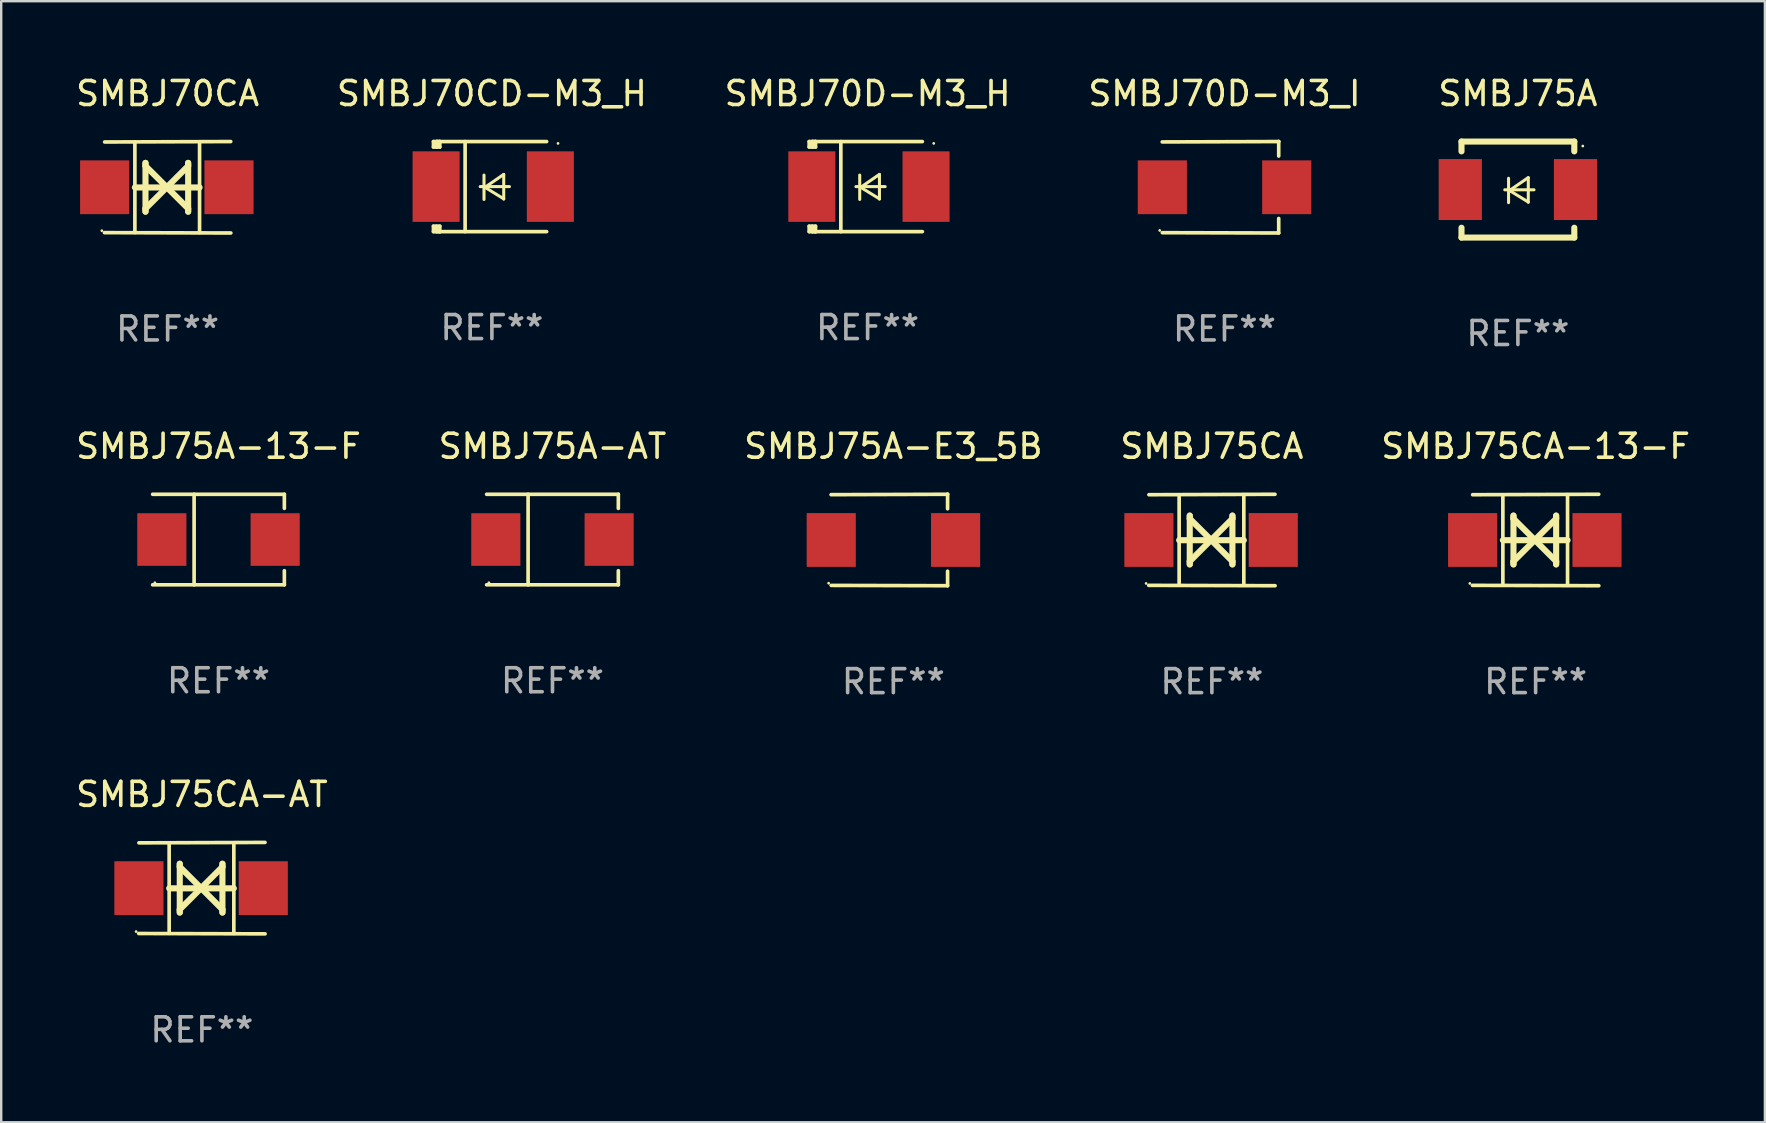
<source format=kicad_pcb>
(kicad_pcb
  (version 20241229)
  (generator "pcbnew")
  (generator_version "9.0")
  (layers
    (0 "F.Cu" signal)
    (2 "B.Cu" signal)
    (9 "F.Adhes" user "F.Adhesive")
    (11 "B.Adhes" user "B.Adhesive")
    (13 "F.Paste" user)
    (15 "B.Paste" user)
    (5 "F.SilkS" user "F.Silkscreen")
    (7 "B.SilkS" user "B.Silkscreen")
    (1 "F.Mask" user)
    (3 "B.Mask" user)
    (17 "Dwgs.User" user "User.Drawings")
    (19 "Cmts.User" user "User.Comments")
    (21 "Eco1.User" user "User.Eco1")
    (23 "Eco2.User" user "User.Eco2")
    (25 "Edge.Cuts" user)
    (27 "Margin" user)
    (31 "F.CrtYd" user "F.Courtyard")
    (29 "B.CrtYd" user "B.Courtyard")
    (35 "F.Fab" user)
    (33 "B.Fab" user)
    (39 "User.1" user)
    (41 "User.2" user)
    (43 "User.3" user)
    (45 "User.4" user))
  (footprint "SMBJ75A-AT"
    (layer "F.Cu")
    (at 19.97 19.431)
    (property "Reference" "SMBJ75A-AT" (at 0 -3.886 0) (layer "F.SilkS") (effects (font (size 1 1) (thickness 0.15))))
    (attr through_hole)
    (fp_line (start -2.744 -1.886) (end 2.744 -1.886) (stroke (width 0.152) (type solid)) (layer "F.SilkS"))
    (fp_line (start -2.744 1.886) (end 2.744 1.886) (stroke (width 0.152) (type solid)) (layer "F.SilkS"))
    (fp_line (start -1.016 -1.886) (end -1.016 1.886) (stroke (width 0.152) (type solid)) (layer "F.SilkS"))
    (fp_line (start 2.744 -1.886) (end 2.744 -1.299) (stroke (width 0.152) (type solid)) (layer "F.SilkS"))
    (fp_line (start 2.744 1.886) (end 2.744 1.299) (stroke (width 0.152) (type solid)) (layer "F.SilkS"))
    (fp_circle (center -2.65 1.8) (end -2.62 1.8) (stroke (width 0.06) (type solid)) (fill no) (layer "F.SilkS"))
    (fp_text user "REF**" (at 0 5.886 0) (layer "F.Fab") (effects (font (size 1 1) (thickness 0.15))))
    (pad "1" smd rect (at -2.361 0) (size 2.047 2.192) (layers "F.Cu" "F.Mask" "F.Paste"))
    (pad "2" smd rect (at 2.361 0) (size 2.047 2.192) (layers "F.Cu" "F.Mask" "F.Paste")))
  (footprint "SMBJ70D-M3_I"
    (layer "F.Cu")
    (at 47.97 4.753)
    (property "Reference" "SMBJ70D-M3_I" (at 0 -3.905 0) (layer "F.SilkS") (effects (font (size 1 1) (thickness 0.15))))
    (attr through_hole)
    (fp_line (start 2.256 -1.905) (end -2.594 -1.889) (stroke (width 0.152) (type solid)) (layer "F.SilkS"))
    (fp_line (start 2.256 -1.905) (end 2.26 -1.905) (stroke (width 0.152) (type solid)) (layer "F.SilkS"))
    (fp_line (start 2.26 -1.905) (end 2.26 -1.301) (stroke (width 0.152) (type solid)) (layer "F.SilkS"))
    (fp_line (start 2.26 1.301) (end 2.26 1.905) (stroke (width 0.152) (type solid)) (layer "F.SilkS"))
    (fp_line (start 2.26 1.905) (end -2.59 1.892) (stroke (width 0.152) (type solid)) (layer "F.SilkS"))
    (fp_circle (center -2.697 1.8) (end -2.667 1.8) (stroke (width 0.06) (type solid)) (fill no) (layer "F.SilkS"))
    (fp_text user "REF**" (at 0 5.905 0) (layer "F.Fab") (effects (font (size 1 1) (thickness 0.15))))
    (pad "1" smd rect (at -2.588 0) (size 2.047 2.241) (layers "F.Cu" "F.Mask" "F.Paste"))
    (pad "2" smd rect (at 2.594 0) (size 2.047 2.241) (layers "F.Cu" "F.Mask" "F.Paste")))
  (footprint "SMBJ75A-E3_5B"
    (layer "F.Cu")
    (at 34.173 19.45)
    (property "Reference" "SMBJ75A-E3_5B" (at 0 -3.905 0) (layer "F.SilkS") (effects (font (size 1 1) (thickness 0.15))))
    (attr through_hole)
    (fp_line (start 2.256 -1.905) (end -2.594 -1.889) (stroke (width 0.152) (type solid)) (layer "F.SilkS"))
    (fp_line (start 2.256 -1.905) (end 2.26 -1.905) (stroke (width 0.152) (type solid)) (layer "F.SilkS"))
    (fp_line (start 2.26 -1.905) (end 2.26 -1.301) (stroke (width 0.152) (type solid)) (layer "F.SilkS"))
    (fp_line (start 2.26 1.301) (end 2.26 1.905) (stroke (width 0.152) (type solid)) (layer "F.SilkS"))
    (fp_line (start 2.26 1.905) (end -2.59 1.892) (stroke (width 0.152) (type solid)) (layer "F.SilkS"))
    (fp_circle (center -2.697 1.8) (end -2.667 1.8) (stroke (width 0.06) (type solid)) (fill no) (layer "F.SilkS"))
    (fp_text user "REF**" (at 0 5.905 0) (layer "F.Fab") (effects (font (size 1 1) (thickness 0.15))))
    (pad "1" smd rect (at -2.588 0) (size 2.047 2.241) (layers "F.Cu" "F.Mask" "F.Paste"))
    (pad "2" smd rect (at 2.594 0) (size 2.047 2.241) (layers "F.Cu" "F.Mask" "F.Paste")))
  (footprint "SMBJ75A-13-F"
    (layer "F.Cu")
    (at 6.054 19.431)
    (property "Reference" "SMBJ75A-13-F" (at 0 -3.886 0) (layer "F.SilkS") (effects (font (size 1 1) (thickness 0.15))))
    (attr through_hole)
    (fp_line (start -2.744 -1.886) (end 2.744 -1.886) (stroke (width 0.152) (type solid)) (layer "F.SilkS"))
    (fp_line (start -2.744 1.886) (end 2.744 1.886) (stroke (width 0.152) (type solid)) (layer "F.SilkS"))
    (fp_line (start -1.016 -1.886) (end -1.016 1.886) (stroke (width 0.152) (type solid)) (layer "F.SilkS"))
    (fp_line (start 2.744 -1.886) (end 2.744 -1.299) (stroke (width 0.152) (type solid)) (layer "F.SilkS"))
    (fp_line (start 2.744 1.886) (end 2.744 1.299) (stroke (width 0.152) (type solid)) (layer "F.SilkS"))
    (fp_circle (center -2.65 1.8) (end -2.62 1.8) (stroke (width 0.06) (type solid)) (fill no) (layer "F.SilkS"))
    (fp_text user "REF**" (at 0 5.886 0) (layer "F.Fab") (effects (font (size 1 1) (thickness 0.15))))
    (pad "1" smd rect (at -2.361 0) (size 2.047 2.192) (layers "F.Cu" "F.Mask" "F.Paste"))
    (pad "2" smd rect (at 2.361 0) (size 2.047 2.192) (layers "F.Cu" "F.Mask" "F.Paste")))
  (footprint "SMBJ70D-M3_H"
    (layer "F.Cu")
    (at 33.101 4.725)
    (property "Reference" "SMBJ70D-M3_H" (at 0 -3.876 0) (layer "F.SilkS") (effects (font (size 1 1) (thickness 0.15))))
    (attr through_hole)
    (fp_line (start -2.435 1.65) (end -2.171 1.65) (stroke (width 0.152) (type solid)) (layer "F.SilkS"))
    (fp_line (start -2.435 1.876) (end -2.435 1.65) (stroke (width 0.152) (type solid)) (layer "F.SilkS"))
    (fp_line (start -2.435 -1.876) (end -2.171 -1.876) (stroke (width 0.152) (type solid)) (layer "F.SilkS"))
    (fp_line (start -2.435 -1.65) (end -2.435 -1.876) (stroke (width 0.152) (type solid)) (layer "F.SilkS"))
    (fp_line (start -2.305 -1.866) (end -2.295 -1.876) (stroke (width 0.152) (type solid)) (layer "F.SilkS"))
    (fp_line (start -2.305 -1.65) (end -2.305 -1.866) (stroke (width 0.152) (type solid)) (layer "F.SilkS"))
    (fp_line (start -2.305 1.876) (end -2.305 1.65) (stroke (width 0.152) (type solid)) (layer "F.SilkS"))
    (fp_line (start -2.295 -1.876) (end -2.295 -1.65) (stroke (width 0.152) (type solid)) (layer "F.SilkS"))
    (fp_line (start -2.171 1.876) (end -2.435 1.876) (stroke (width 0.152) (type solid)) (layer "F.SilkS"))
    (fp_line (start -2.171 -1.65) (end -2.435 -1.65) (stroke (width 0.152) (type solid)) (layer "F.SilkS"))
    (fp_line (start -2.171 -1.876) (end -2.295 -1.876) (stroke (width 0.152) (type solid)) (layer "F.SilkS"))
    (fp_line (start -2.171 -1.65) (end -2.171 -1.876) (stroke (width 0.152) (type solid)) (layer "F.SilkS"))
    (fp_line (start -2.171 1.876) (end -2.305 1.876) (stroke (width 0.152) (type solid)) (layer "F.SilkS"))
    (fp_line (start -2.171 1.876) (end -2.171 1.65) (stroke (width 0.152) (type solid)) (layer "F.SilkS"))
    (fp_line (start -1.116 1.876) (end -1.116 -1.876) (stroke (width 0.152) (type solid)) (layer "F.SilkS"))
    (fp_line (start -0.488 0.000102) (end 0.731 0.000102) (stroke (width 0.127) (type solid)) (layer "F.SilkS"))
    (fp_line (start -0.329 -0.48) (end -0.329 0.536) (stroke (width 0.127) (type solid)) (layer "F.SilkS"))
    (fp_line (start -0.29 0.03) (end 0.493 0.51) (stroke (width 0.127) (type solid)) (layer "F.SilkS"))
    (fp_line (start 0.493 -0.51) (end -0.29 0.03) (stroke (width 0.127) (type solid)) (layer "F.SilkS"))
    (fp_line (start 0.493 0.52) (end 0.493 -0.496) (stroke (width 0.127) (type solid)) (layer "F.SilkS"))
    (fp_line (start 2.281 -1.876) (end -2.171 -1.876) (stroke (width 0.152) (type solid)) (layer "F.SilkS"))
    (fp_line (start 2.281 1.876) (end -2.171 1.876) (stroke (width 0.152) (type solid)) (layer "F.SilkS"))
    (fp_circle (center 2.755 -1.8) (end 2.785 -1.8) (stroke (width 0.06) (type solid)) (fill no) (layer "F.SilkS"))
    (fp_text user "REF**" (at 0 5.876 0) (layer "F.Fab") (effects (font (size 1 1) (thickness 0.15))))
    (pad "1" smd rect (at 2.435 -0.000025 180) (size 1.96 2.94) (layers "F.Cu" "F.Mask" "F.Paste"))
    (pad "2" smd rect (at -2.325 -0.000025 180) (size 1.96 2.94) (layers "F.Cu" "F.Mask" "F.Paste")))
  (footprint "SMBJ75CA-13-F"
    (layer "F.Cu")
    (at 60.935 19.45)
    (property "Reference" "SMBJ75CA-13-F" (at 0 -3.905 0) (layer "F.SilkS") (effects (font (size 1 1) (thickness 0.15))))
    (attr through_hole)
    (fp_line (start -1.365 1.886) (end -1.365 -1.886) (stroke (width 0.152) (type solid)) (layer "F.SilkS"))
    (fp_line (start -1.365 0.008) (end 1.33 0.008) (stroke (width 0.254) (type solid)) (layer "F.SilkS"))
    (fp_line (start -0.923 -1.016) (end -0.923 1.016) (stroke (width 0.254) (type solid)) (layer "F.SilkS"))
    (fp_line (start -0.923 -0.889) (end -0.923 -1.016) (stroke (width 0.254) (type solid)) (layer "F.SilkS"))
    (fp_line (start -0.923 0.889) (end -0.034 0) (stroke (width 0.254) (type solid)) (layer "F.SilkS"))
    (fp_line (start -0.923 1.016) (end -0.923 0.889) (stroke (width 0.254) (type solid)) (layer "F.SilkS"))
    (fp_line (start -0.034 0) (end -0.923 -0.889) (stroke (width 0.254) (type solid)) (layer "F.SilkS"))
    (fp_line (start -0.034 0) (end 0.855 0.889) (stroke (width 0.254) (type solid)) (layer "F.SilkS"))
    (fp_line (start 0.855 -1.016) (end 0.855 -0.889) (stroke (width 0.254) (type solid)) (layer "F.SilkS"))
    (fp_line (start 0.855 -0.889) (end -0.034 0) (stroke (width 0.254) (type solid)) (layer "F.SilkS"))
    (fp_line (start 0.855 0.889) (end 0.855 1.016) (stroke (width 0.254) (type solid)) (layer "F.SilkS"))
    (fp_line (start 0.855 1.016) (end 0.855 -1.016) (stroke (width 0.254) (type solid)) (layer "F.SilkS"))
    (fp_line (start 1.33 1.886) (end 1.33 -1.886) (stroke (width 0.152) (type solid)) (layer "F.SilkS"))
    (fp_line (start 2.629 -1.905) (end -2.625 -1.887) (stroke (width 0.152) (type solid)) (layer "F.SilkS"))
    (fp_line (start 2.633 1.905) (end -2.633 1.89) (stroke (width 0.152) (type solid)) (layer "F.SilkS"))
    (fp_circle (center -2.741 1.81) (end -2.711 1.81) (stroke (width 0.06) (type solid)) (fill no) (layer "F.SilkS"))
    (fp_text user "REF**" (at 0 5.905 0) (layer "F.Fab") (effects (font (size 1 1) (thickness 0.15))))
    (pad "1" smd rect (at -2.625 0) (size 2.047 2.241) (layers "F.Cu" "F.Mask" "F.Paste"))
    (pad "2" smd rect (at 2.557 0) (size 2.047 2.241) (layers "F.Cu" "F.Mask" "F.Paste")))
  (footprint "SMBJ70CA"
    (layer "F.Cu")
    (at 3.935 4.753)
    (property "Reference" "SMBJ70CA" (at 0 -3.905 0) (layer "F.SilkS") (effects (font (size 1 1) (thickness 0.15))))
    (attr through_hole)
    (fp_line (start -1.365 1.886) (end -1.365 -1.886) (stroke (width 0.152) (type solid)) (layer "F.SilkS"))
    (fp_line (start -1.365 0.008) (end 1.33 0.008) (stroke (width 0.254) (type solid)) (layer "F.SilkS"))
    (fp_line (start -0.923 -1.016) (end -0.923 1.016) (stroke (width 0.254) (type solid)) (layer "F.SilkS"))
    (fp_line (start -0.923 -0.889) (end -0.923 -1.016) (stroke (width 0.254) (type solid)) (layer "F.SilkS"))
    (fp_line (start -0.923 0.889) (end -0.034 0) (stroke (width 0.254) (type solid)) (layer "F.SilkS"))
    (fp_line (start -0.923 1.016) (end -0.923 0.889) (stroke (width 0.254) (type solid)) (layer "F.SilkS"))
    (fp_line (start -0.034 0) (end -0.923 -0.889) (stroke (width 0.254) (type solid)) (layer "F.SilkS"))
    (fp_line (start -0.034 0) (end 0.855 0.889) (stroke (width 0.254) (type solid)) (layer "F.SilkS"))
    (fp_line (start 0.855 -1.016) (end 0.855 -0.889) (stroke (width 0.254) (type solid)) (layer "F.SilkS"))
    (fp_line (start 0.855 -0.889) (end -0.034 0) (stroke (width 0.254) (type solid)) (layer "F.SilkS"))
    (fp_line (start 0.855 0.889) (end 0.855 1.016) (stroke (width 0.254) (type solid)) (layer "F.SilkS"))
    (fp_line (start 0.855 1.016) (end 0.855 -1.016) (stroke (width 0.254) (type solid)) (layer "F.SilkS"))
    (fp_line (start 1.33 1.886) (end 1.33 -1.886) (stroke (width 0.152) (type solid)) (layer "F.SilkS"))
    (fp_line (start 2.629 -1.905) (end -2.625 -1.887) (stroke (width 0.152) (type solid)) (layer "F.SilkS"))
    (fp_line (start 2.633 1.905) (end -2.633 1.89) (stroke (width 0.152) (type solid)) (layer "F.SilkS"))
    (fp_circle (center -2.741 1.81) (end -2.711 1.81) (stroke (width 0.06) (type solid)) (fill no) (layer "F.SilkS"))
    (fp_text user "REF**" (at 0 5.905 0) (layer "F.Fab") (effects (font (size 1 1) (thickness 0.15))))
    (pad "1" smd rect (at -2.625 0) (size 2.047 2.241) (layers "F.Cu" "F.Mask" "F.Paste"))
    (pad "2" smd rect (at 2.557 0) (size 2.047 2.241) (layers "F.Cu" "F.Mask" "F.Paste")))
  (footprint "SMBJ75A"
    (layer "F.Cu")
    (at 60.196 4.848)
    (property "Reference" "SMBJ75A" (at 0 -4 0) (layer "F.SilkS") (effects (font (size 1 1) (thickness 0.15))))
    (attr through_hole)
    (fp_line (start -2.35 -2) (end -2.35 -1.591) (stroke (width 0.254) (type solid)) (layer "F.SilkS"))
    (fp_line (start -2.35 -2) (end 2.35 -2) (stroke (width 0.254) (type solid)) (layer "F.SilkS"))
    (fp_line (start -2.35 1.591) (end -2.35 2) (stroke (width 0.254) (type solid)) (layer "F.SilkS"))
    (fp_line (start -2.35 2) (end 2.35 2) (stroke (width 0.254) (type solid)) (layer "F.SilkS"))
    (fp_line (start -0.548 0.01) (end 0.671 0.01) (stroke (width 0.127) (type solid)) (layer "F.SilkS"))
    (fp_line (start -0.389 -0.47) (end -0.389 0.546) (stroke (width 0.127) (type solid)) (layer "F.SilkS"))
    (fp_line (start -0.35 0.04) (end 0.433 0.52) (stroke (width 0.127) (type solid)) (layer "F.SilkS"))
    (fp_line (start 0.433 -0.5) (end -0.35 0.04) (stroke (width 0.127) (type solid)) (layer "F.SilkS"))
    (fp_line (start 0.433 0.53) (end 0.433 -0.486) (stroke (width 0.127) (type solid)) (layer "F.SilkS"))
    (fp_line (start 2.35 -2) (end 2.35 -1.591) (stroke (width 0.254) (type solid)) (layer "F.SilkS"))
    (fp_line (start 2.35 1.591) (end 2.35 2) (stroke (width 0.254) (type solid)) (layer "F.SilkS"))
    (fp_circle (center 2.704 -1.813) (end 2.734 -1.813) (stroke (width 0.06) (type solid)) (fill no) (layer "F.SilkS"))
    (fp_text user "REF**" (at 0 6 0) (layer "F.Fab") (effects (font (size 1 1) (thickness 0.15))))
    (pad "1" smd rect (at 2.4 0) (size 1.8 2.54) (layers "F.Cu" "F.Mask" "F.Paste"))
    (pad "2" smd rect (at -2.4 0) (size 1.8 2.54) (layers "F.Cu" "F.Mask" "F.Paste")))
  (footprint "SMBJ75CA"
    (layer "F.Cu")
    (at 47.446 19.45)
    (property "Reference" "SMBJ75CA" (at 0 -3.905 0) (layer "F.SilkS") (effects (font (size 1 1) (thickness 0.15))))
    (attr through_hole)
    (fp_line (start -1.365 1.886) (end -1.365 -1.886) (stroke (width 0.152) (type solid)) (layer "F.SilkS"))
    (fp_line (start -1.365 0.008) (end 1.33 0.008) (stroke (width 0.254) (type solid)) (layer "F.SilkS"))
    (fp_line (start -0.923 -1.016) (end -0.923 1.016) (stroke (width 0.254) (type solid)) (layer "F.SilkS"))
    (fp_line (start -0.923 -0.889) (end -0.923 -1.016) (stroke (width 0.254) (type solid)) (layer "F.SilkS"))
    (fp_line (start -0.923 0.889) (end -0.034 0) (stroke (width 0.254) (type solid)) (layer "F.SilkS"))
    (fp_line (start -0.923 1.016) (end -0.923 0.889) (stroke (width 0.254) (type solid)) (layer "F.SilkS"))
    (fp_line (start -0.034 0) (end -0.923 -0.889) (stroke (width 0.254) (type solid)) (layer "F.SilkS"))
    (fp_line (start -0.034 0) (end 0.855 0.889) (stroke (width 0.254) (type solid)) (layer "F.SilkS"))
    (fp_line (start 0.855 -1.016) (end 0.855 -0.889) (stroke (width 0.254) (type solid)) (layer "F.SilkS"))
    (fp_line (start 0.855 -0.889) (end -0.034 0) (stroke (width 0.254) (type solid)) (layer "F.SilkS"))
    (fp_line (start 0.855 0.889) (end 0.855 1.016) (stroke (width 0.254) (type solid)) (layer "F.SilkS"))
    (fp_line (start 0.855 1.016) (end 0.855 -1.016) (stroke (width 0.254) (type solid)) (layer "F.SilkS"))
    (fp_line (start 1.33 1.886) (end 1.33 -1.886) (stroke (width 0.152) (type solid)) (layer "F.SilkS"))
    (fp_line (start 2.629 -1.905) (end -2.625 -1.887) (stroke (width 0.152) (type solid)) (layer "F.SilkS"))
    (fp_line (start 2.633 1.905) (end -2.633 1.89) (stroke (width 0.152) (type solid)) (layer "F.SilkS"))
    (fp_circle (center -2.741 1.81) (end -2.711 1.81) (stroke (width 0.06) (type solid)) (fill no) (layer "F.SilkS"))
    (fp_text user "REF**" (at 0 5.905 0) (layer "F.Fab") (effects (font (size 1 1) (thickness 0.15))))
    (pad "1" smd rect (at -2.625 0) (size 2.047 2.241) (layers "F.Cu" "F.Mask" "F.Paste"))
    (pad "2" smd rect (at 2.557 0) (size 2.047 2.241) (layers "F.Cu" "F.Mask" "F.Paste")))
  (footprint "SMBJ70CD-M3_H"
    (layer "F.Cu")
    (at 17.446 4.725)
    (property "Reference" "SMBJ70CD-M3_H" (at 0 -3.876 0) (layer "F.SilkS") (effects (font (size 1 1) (thickness 0.15))))
    (attr through_hole)
    (fp_line (start -2.435 1.65) (end -2.171 1.65) (stroke (width 0.152) (type solid)) (layer "F.SilkS"))
    (fp_line (start -2.435 1.876) (end -2.435 1.65) (stroke (width 0.152) (type solid)) (layer "F.SilkS"))
    (fp_line (start -2.435 -1.876) (end -2.171 -1.876) (stroke (width 0.152) (type solid)) (layer "F.SilkS"))
    (fp_line (start -2.435 -1.65) (end -2.435 -1.876) (stroke (width 0.152) (type solid)) (layer "F.SilkS"))
    (fp_line (start -2.305 -1.866) (end -2.295 -1.876) (stroke (width 0.152) (type solid)) (layer "F.SilkS"))
    (fp_line (start -2.305 -1.65) (end -2.305 -1.866) (stroke (width 0.152) (type solid)) (layer "F.SilkS"))
    (fp_line (start -2.305 1.876) (end -2.305 1.65) (stroke (width 0.152) (type solid)) (layer "F.SilkS"))
    (fp_line (start -2.295 -1.876) (end -2.295 -1.65) (stroke (width 0.152) (type solid)) (layer "F.SilkS"))
    (fp_line (start -2.171 1.876) (end -2.435 1.876) (stroke (width 0.152) (type solid)) (layer "F.SilkS"))
    (fp_line (start -2.171 -1.65) (end -2.435 -1.65) (stroke (width 0.152) (type solid)) (layer "F.SilkS"))
    (fp_line (start -2.171 -1.876) (end -2.295 -1.876) (stroke (width 0.152) (type solid)) (layer "F.SilkS"))
    (fp_line (start -2.171 -1.65) (end -2.171 -1.876) (stroke (width 0.152) (type solid)) (layer "F.SilkS"))
    (fp_line (start -2.171 1.876) (end -2.305 1.876) (stroke (width 0.152) (type solid)) (layer "F.SilkS"))
    (fp_line (start -2.171 1.876) (end -2.171 1.65) (stroke (width 0.152) (type solid)) (layer "F.SilkS"))
    (fp_line (start -1.116 1.876) (end -1.116 -1.876) (stroke (width 0.152) (type solid)) (layer "F.SilkS"))
    (fp_line (start -0.488 0.000102) (end 0.731 0.000102) (stroke (width 0.127) (type solid)) (layer "F.SilkS"))
    (fp_line (start -0.329 -0.48) (end -0.329 0.536) (stroke (width 0.127) (type solid)) (layer "F.SilkS"))
    (fp_line (start -0.29 0.03) (end 0.493 0.51) (stroke (width 0.127) (type solid)) (layer "F.SilkS"))
    (fp_line (start 0.493 -0.51) (end -0.29 0.03) (stroke (width 0.127) (type solid)) (layer "F.SilkS"))
    (fp_line (start 0.493 0.52) (end 0.493 -0.496) (stroke (width 0.127) (type solid)) (layer "F.SilkS"))
    (fp_line (start 2.281 -1.876) (end -2.171 -1.876) (stroke (width 0.152) (type solid)) (layer "F.SilkS"))
    (fp_line (start 2.281 1.876) (end -2.171 1.876) (stroke (width 0.152) (type solid)) (layer "F.SilkS"))
    (fp_circle (center 2.755 -1.8) (end 2.785 -1.8) (stroke (width 0.06) (type solid)) (fill no) (layer "F.SilkS"))
    (fp_text user "REF**" (at 0 5.876 0) (layer "F.Fab") (effects (font (size 1 1) (thickness 0.15))))
    (pad "1" smd rect (at 2.435 -0.000025 180) (size 1.96 2.94) (layers "F.Cu" "F.Mask" "F.Paste"))
    (pad "2" smd rect (at -2.325 -0.000025 180) (size 1.96 2.94) (layers "F.Cu" "F.Mask" "F.Paste")))
  (footprint "SMBJ75CA-AT"
    (layer "F.Cu")
    (at 5.363 33.956)
    (property "Reference" "SMBJ75CA-AT" (at 0 -3.905 0) (layer "F.SilkS") (effects (font (size 1 1) (thickness 0.15))))
    (attr through_hole)
    (fp_line (start -1.365 1.886) (end -1.365 -1.886) (stroke (width 0.152) (type solid)) (layer "F.SilkS"))
    (fp_line (start -1.365 0.008) (end 1.33 0.008) (stroke (width 0.254) (type solid)) (layer "F.SilkS"))
    (fp_line (start -0.923 -1.016) (end -0.923 1.016) (stroke (width 0.254) (type solid)) (layer "F.SilkS"))
    (fp_line (start -0.923 -0.889) (end -0.923 -1.016) (stroke (width 0.254) (type solid)) (layer "F.SilkS"))
    (fp_line (start -0.923 0.889) (end -0.034 0) (stroke (width 0.254) (type solid)) (layer "F.SilkS"))
    (fp_line (start -0.923 1.016) (end -0.923 0.889) (stroke (width 0.254) (type solid)) (layer "F.SilkS"))
    (fp_line (start -0.034 0) (end -0.923 -0.889) (stroke (width 0.254) (type solid)) (layer "F.SilkS"))
    (fp_line (start -0.034 0) (end 0.855 0.889) (stroke (width 0.254) (type solid)) (layer "F.SilkS"))
    (fp_line (start 0.855 -1.016) (end 0.855 -0.889) (stroke (width 0.254) (type solid)) (layer "F.SilkS"))
    (fp_line (start 0.855 -0.889) (end -0.034 0) (stroke (width 0.254) (type solid)) (layer "F.SilkS"))
    (fp_line (start 0.855 0.889) (end 0.855 1.016) (stroke (width 0.254) (type solid)) (layer "F.SilkS"))
    (fp_line (start 0.855 1.016) (end 0.855 -1.016) (stroke (width 0.254) (type solid)) (layer "F.SilkS"))
    (fp_line (start 1.33 1.886) (end 1.33 -1.886) (stroke (width 0.152) (type solid)) (layer "F.SilkS"))
    (fp_line (start 2.629 -1.905) (end -2.625 -1.887) (stroke (width 0.152) (type solid)) (layer "F.SilkS"))
    (fp_line (start 2.633 1.905) (end -2.633 1.89) (stroke (width 0.152) (type solid)) (layer "F.SilkS"))
    (fp_circle (center -2.741 1.81) (end -2.711 1.81) (stroke (width 0.06) (type solid)) (fill no) (layer "F.SilkS"))
    (fp_text user "REF**" (at 0 5.905 0) (layer "F.Fab") (effects (font (size 1 1) (thickness 0.15))))
    (pad "1" smd rect (at -2.625 0) (size 2.047 2.241) (layers "F.Cu" "F.Mask" "F.Paste"))
    (pad "2" smd rect (at 2.557 0) (size 2.047 2.241) (layers "F.Cu" "F.Mask" "F.Paste")))
  (gr_rect
    (start -3 -3)
    (end 70.488 43.71)
    (stroke (width 0.1) (type default))
    (fill no)
    (layer "Edge.Cuts")))
</source>
